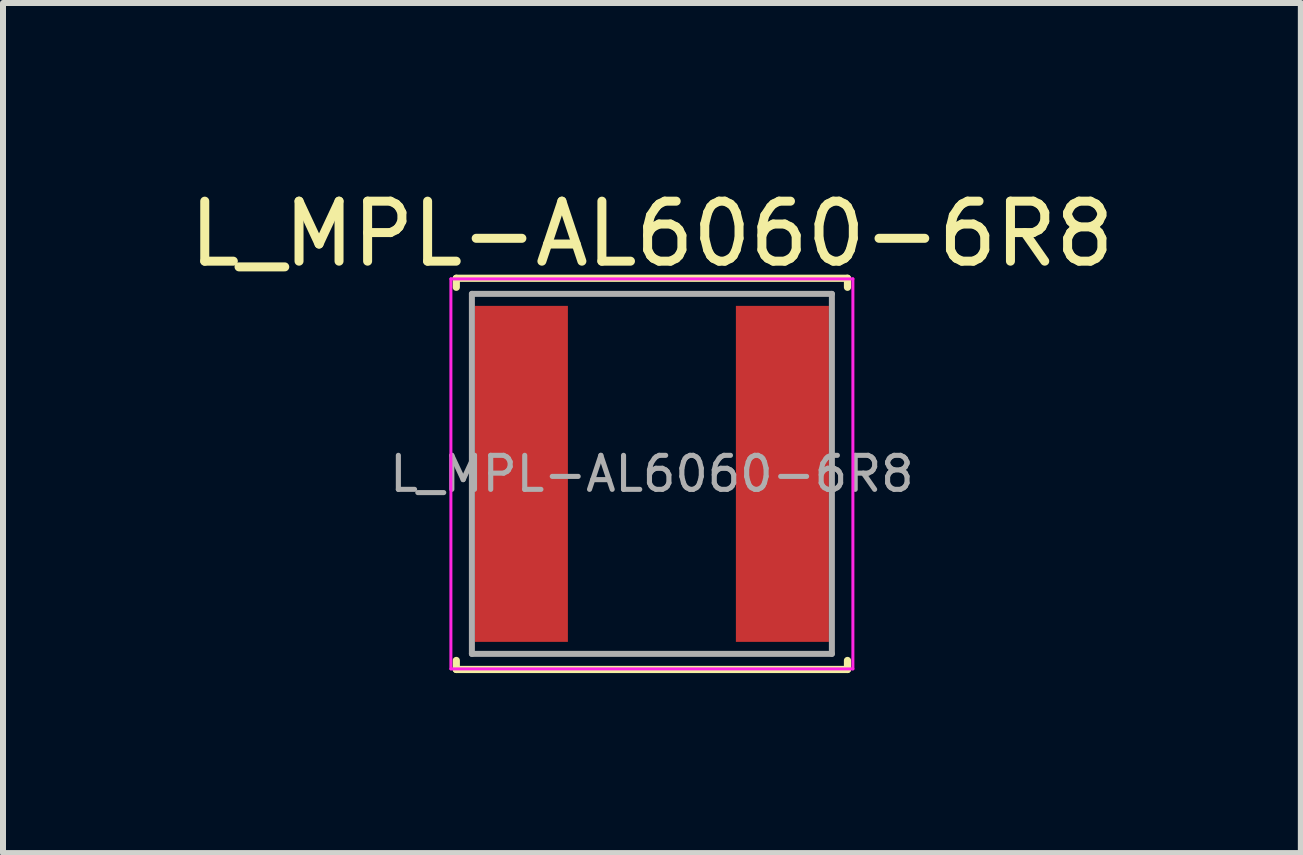
<source format=kicad_pcb>
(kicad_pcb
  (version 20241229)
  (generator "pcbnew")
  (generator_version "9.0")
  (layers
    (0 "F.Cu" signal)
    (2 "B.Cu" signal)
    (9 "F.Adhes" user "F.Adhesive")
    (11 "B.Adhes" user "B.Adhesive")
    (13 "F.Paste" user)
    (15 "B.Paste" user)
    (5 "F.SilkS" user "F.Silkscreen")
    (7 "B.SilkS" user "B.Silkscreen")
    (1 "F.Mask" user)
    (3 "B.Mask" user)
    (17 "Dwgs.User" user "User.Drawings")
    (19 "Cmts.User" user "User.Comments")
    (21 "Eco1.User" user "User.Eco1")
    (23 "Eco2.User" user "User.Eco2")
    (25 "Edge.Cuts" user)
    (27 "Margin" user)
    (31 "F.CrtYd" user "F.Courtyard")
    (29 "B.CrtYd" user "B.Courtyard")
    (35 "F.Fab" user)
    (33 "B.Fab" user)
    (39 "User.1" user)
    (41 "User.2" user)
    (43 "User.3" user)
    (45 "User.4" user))
  (footprint "L_MPL-AL6060-6R8"
    (layer "F.Cu")
    (at 7.815 4.848)
    (property "Reference" "L_MPL-AL6060-6R8" (at 0 -4 0) (layer "F.SilkS") (effects (font (size 1 1) (thickness 0.15))))
    (attr smd)
    (fp_line (start -3.26 -3.26) (end -3.26 -3.11) (stroke (width 0.12) (type solid)) (layer "F.SilkS"))
    (fp_line (start -3.26 -3.26) (end 3.26 -3.26) (stroke (width 0.12) (type solid)) (layer "F.SilkS"))
    (fp_line (start -3.26 3.26) (end -3.26 3.11) (stroke (width 0.12) (type solid)) (layer "F.SilkS"))
    (fp_line (start -3.26 3.26) (end 3.26 3.26) (stroke (width 0.12) (type solid)) (layer "F.SilkS"))
    (fp_line (start 3.26 -3.26) (end 3.26 -3.11) (stroke (width 0.12) (type solid)) (layer "F.SilkS"))
    (fp_line (start 3.26 3.26) (end 3.26 3.11) (stroke (width 0.12) (type solid)) (layer "F.SilkS"))
    (fp_line (start -3.35 -3.25) (end -3.35 3.25) (stroke (width 0.05) (type solid)) (layer "F.CrtYd"))
    (fp_line (start -3.35 3.25) (end 3.35 3.25) (stroke (width 0.05) (type solid)) (layer "F.CrtYd"))
    (fp_line (start 3.35 -3.25) (end -3.35 -3.25) (stroke (width 0.05) (type solid)) (layer "F.CrtYd"))
    (fp_line (start 3.35 3.25) (end 3.35 -3.25) (stroke (width 0.05) (type solid)) (layer "F.CrtYd"))
    (fp_line (start -3 -3) (end -3 3) (stroke (width 0.1) (type solid)) (layer "F.Fab"))
    (fp_line (start -3 3) (end 3 3) (stroke (width 0.1) (type solid)) (layer "F.Fab"))
    (fp_line (start 3 -3) (end -3 -3) (stroke (width 0.1) (type solid)) (layer "F.Fab"))
    (fp_line (start 3 3) (end 3 -3) (stroke (width 0.1) (type solid)) (layer "F.Fab"))
    (fp_text user "${REFERENCE}" (at 0 0 0) (layer "F.Fab") (effects (font (size 0.567 0.567) (thickness 0.085))))
    (pad "1" smd rect (at -2.175 0) (size 1.55 5.6) (layers "F.Cu" "F.Mask" "F.Paste"))
    (pad "2" smd rect (at 2.175 0) (size 1.55 5.6) (layers "F.Cu" "F.Mask" "F.Paste")))
  (gr_rect
    (start -3 -3)
    (end 18.631 11.168)
    (stroke (width 0.1) (type default))
    (fill no)
    (layer "Edge.Cuts")))
</source>
